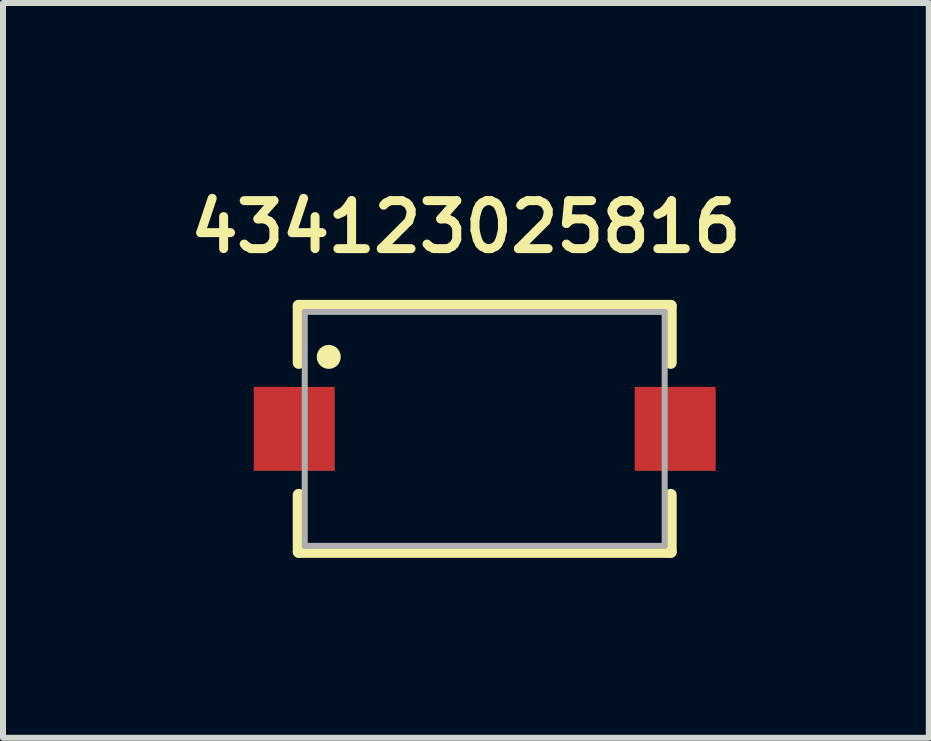
<source format=kicad_pcb>
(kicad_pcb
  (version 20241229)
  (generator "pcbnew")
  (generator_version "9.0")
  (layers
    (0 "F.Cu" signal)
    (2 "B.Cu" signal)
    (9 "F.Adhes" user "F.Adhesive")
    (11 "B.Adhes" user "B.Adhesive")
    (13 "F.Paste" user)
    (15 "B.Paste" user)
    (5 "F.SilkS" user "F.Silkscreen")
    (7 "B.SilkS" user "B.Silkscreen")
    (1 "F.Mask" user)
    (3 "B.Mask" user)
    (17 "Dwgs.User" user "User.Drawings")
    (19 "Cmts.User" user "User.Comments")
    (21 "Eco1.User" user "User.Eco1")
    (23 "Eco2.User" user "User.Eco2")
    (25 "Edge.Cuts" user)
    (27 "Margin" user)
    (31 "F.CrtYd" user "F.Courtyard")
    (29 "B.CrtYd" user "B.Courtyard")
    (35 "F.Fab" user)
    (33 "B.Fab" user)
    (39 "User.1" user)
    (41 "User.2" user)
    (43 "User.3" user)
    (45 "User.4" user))
  (footprint "434123025816"
    (layer "F.Cu")
    (at 5.03 4.099)
    (property "Reference" "434123025816" (at -0.314 -3.367 0) (layer "F.SilkS") (effects (font (size 0.8 0.8) (thickness 0.15))))
    (attr smd)
    (fp_line (start -3.1 -2.05) (end 3.1 -2.05) (stroke (width 0.2) (type solid)) (layer "F.SilkS"))
    (fp_line (start -3.1 -1.1) (end -3.1 -2.05) (stroke (width 0.2) (type solid)) (layer "F.SilkS"))
    (fp_line (start -3.1 1.1) (end -3.1 2.05) (stroke (width 0.2) (type solid)) (layer "F.SilkS"))
    (fp_line (start -3.1 2.05) (end 3.1 2.05) (stroke (width 0.2) (type solid)) (layer "F.SilkS"))
    (fp_line (start 3.1 -2.05) (end 3.1 -1.1) (stroke (width 0.2) (type solid)) (layer "F.SilkS"))
    (fp_line (start 3.1 2.05) (end 3.1 1.1) (stroke (width 0.2) (type solid)) (layer "F.SilkS"))
    (fp_circle (center -2.6 -1.2) (end -2.5 -1.2) (stroke (width 0.2) (type solid)) (fill no) (layer "F.SilkS"))
    (fp_line (start -3 -1.95) (end -3 1.95) (stroke (width 0.1) (type solid)) (layer "F.Fab"))
    (fp_line (start -3 1.95) (end 3 1.95) (stroke (width 0.1) (type solid)) (layer "F.Fab"))
    (fp_line (start 3 -1.95) (end -3 -1.95) (stroke (width 0.1) (type solid)) (layer "F.Fab"))
    (fp_line (start 3 1.95) (end 3 -1.95) (stroke (width 0.1) (type solid)) (layer "F.Fab"))
    (pad "1" smd rect (at -3.175 0) (size 1.35 1.4) (layers "F.Cu" "F.Mask" "F.Paste"))
    (pad "2" smd rect (at 3.175 0) (size 1.35 1.4) (layers "F.Cu" "F.Mask" "F.Paste")))
  (gr_rect
    (start -3 -3)
    (end 12.433 9.249)
    (stroke (width 0.1) (type default))
    (fill no)
    (layer "Edge.Cuts")))
</source>
